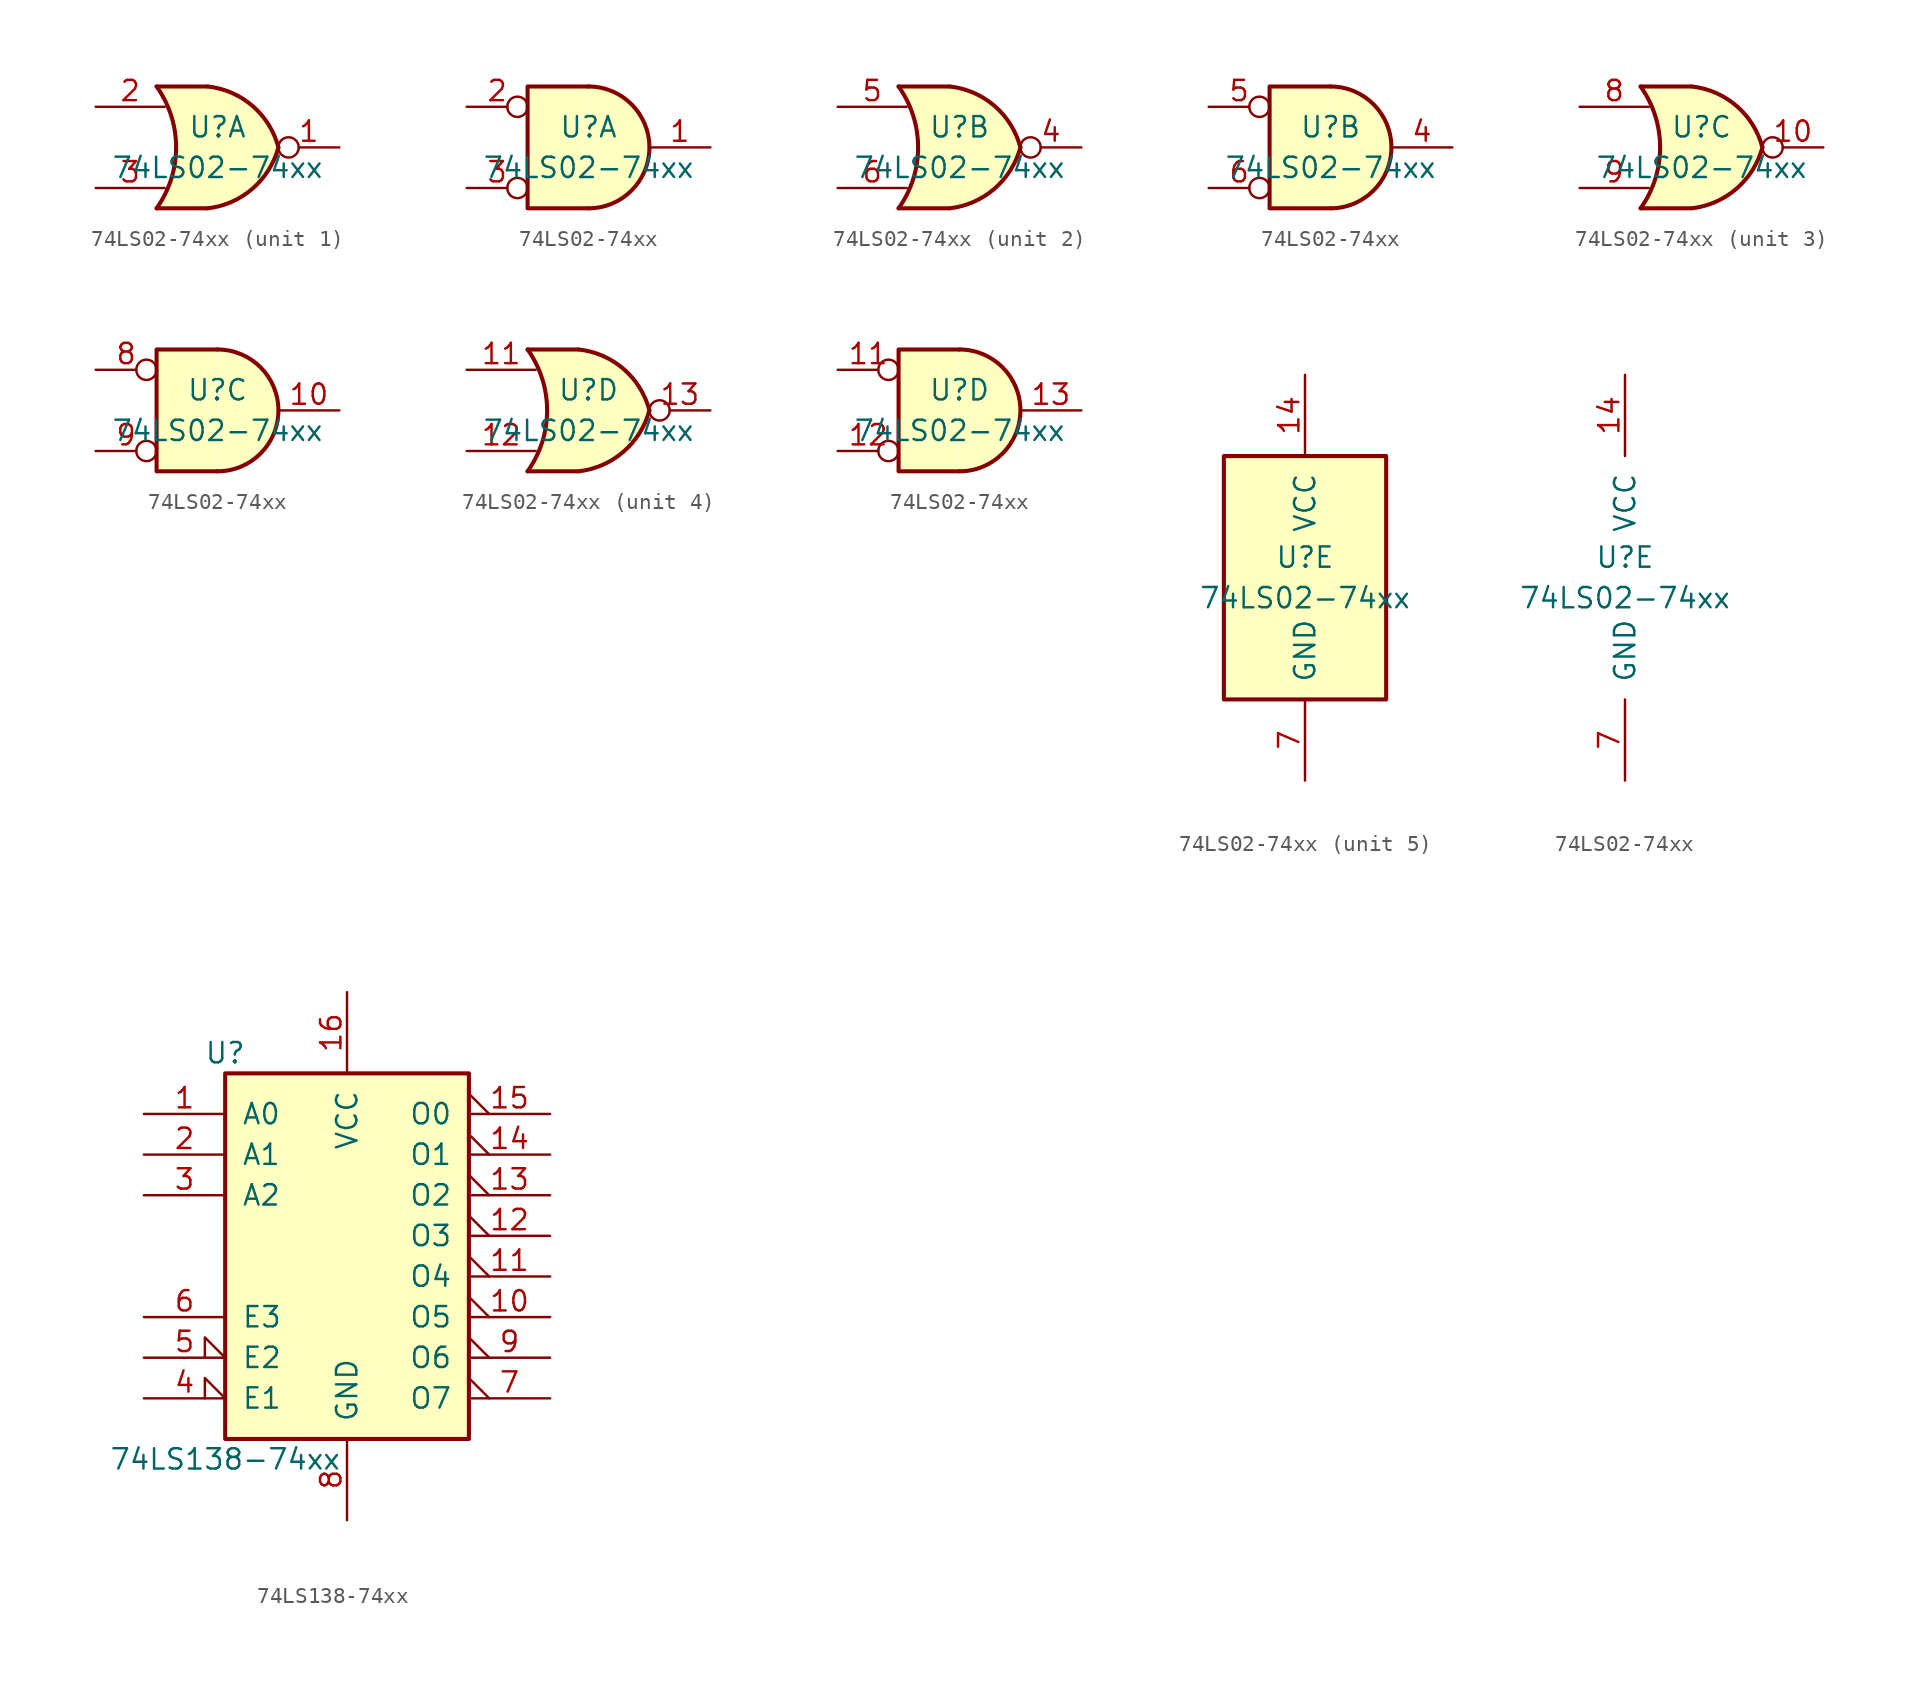
<source format=kicad_sym>
(kicad_symbol_lib
  (version 20211014)
  (generator kicad_symbol_editor)
  (symbol "74LS02-74xx"
    (pin_names
      (offset 1.016))
    (property "Reference" "U"
      (at 0 1.27 0)
      (effects (font (size 1.27 1.27))))
    (property "Value" "74LS02-74xx"
      (at 0 -1.27 0)
      (effects (font (size 1.27 1.27))))
    (property "ki_locked" ""
      (at 0 0 0)
      (effects (font (size 1.27 1.27))))
    (symbol "74LS02-74xx_1_1"
      (arc (start -3.81 -3.81) (mid -2.589 0) (end -3.81 3.81) (stroke (width 0.254) (type default) (color 0 0 0 0)) (fill (type none)))
      (arc (start -0.6096 -3.81) (mid 2.1842 -2.5851) (end 3.81 0) (stroke (width 0.254) (type default) (color 0 0 0 0)) (fill (type background)))
      (polyline (pts (xy -3.81 -3.81) (xy -0.635 -3.81)) (stroke (width 0.254) (type default) (color 0 0 0 0)) (fill (type background)))
      (polyline (pts (xy -3.81 3.81) (xy -0.635 3.81)) (stroke (width 0.254) (type default) (color 0 0 0 0)) (fill (type background)))
      (polyline (pts (xy -0.635 3.81) (xy -3.81 3.81) (xy -3.81 3.81) (xy -3.556 3.404) (xy -3.023 2.261) (xy -2.692 1.041) (xy -2.616 -0.254) (xy -2.769 -1.499) (xy -3.175 -2.718) (xy -3.81 -3.81) (xy -3.81 -3.81) (xy -0.635 -3.81)) (stroke (width -25.4) (type default) (color 0 0 0 0)) (fill (type background)))
      (arc (start 3.81 0) (mid 2.1915 2.5936) (end -0.6096 3.81) (stroke (width 0.254) (type default) (color 0 0 0 0)) (fill (type background)))
      (pin output inverted (at 7.62 0 180) (length 3.81) (name "~" (effects (font (size 1.27 1.27)))) (number "1" (effects (font (size 1.27 1.27)))))
      (pin input line (at -7.62 2.54 0) (length 4.318) (name "~" (effects (font (size 1.27 1.27)))) (number "2" (effects (font (size 1.27 1.27)))))
      (pin input line (at -7.62 -2.54 0) (length 4.318) (name "~" (effects (font (size 1.27 1.27)))) (number "3" (effects (font (size 1.27 1.27))))))
    (symbol "74LS02-74xx_1_2"
      (arc (start 0 -3.81) (mid 3.81 0) (end 0 3.81) (stroke (width 0.254) (type default) (color 0 0 0 0)) (fill (type background)))
      (polyline (pts (xy 0 3.81) (xy -3.81 3.81) (xy -3.81 -3.81) (xy 0 -3.81)) (stroke (width 0.254) (type default) (color 0 0 0 0)) (fill (type background)))
      (pin output line (at 7.62 0 180) (length 3.81) (name "~" (effects (font (size 1.27 1.27)))) (number "1" (effects (font (size 1.27 1.27)))))
      (pin input inverted (at -7.62 2.54 0) (length 3.81) (name "~" (effects (font (size 1.27 1.27)))) (number "2" (effects (font (size 1.27 1.27)))))
      (pin input inverted (at -7.62 -2.54 0) (length 3.81) (name "~" (effects (font (size 1.27 1.27)))) (number "3" (effects (font (size 1.27 1.27))))))
    (symbol "74LS02-74xx_2_1"
      (arc (start -3.81 -3.81) (mid -2.589 0) (end -3.81 3.81) (stroke (width 0.254) (type default) (color 0 0 0 0)) (fill (type none)))
      (arc (start -0.6096 -3.81) (mid 2.1842 -2.5851) (end 3.81 0) (stroke (width 0.254) (type default) (color 0 0 0 0)) (fill (type background)))
      (polyline (pts (xy -3.81 -3.81) (xy -0.635 -3.81)) (stroke (width 0.254) (type default) (color 0 0 0 0)) (fill (type background)))
      (polyline (pts (xy -3.81 3.81) (xy -0.635 3.81)) (stroke (width 0.254) (type default) (color 0 0 0 0)) (fill (type background)))
      (polyline (pts (xy -0.635 3.81) (xy -3.81 3.81) (xy -3.81 3.81) (xy -3.556 3.404) (xy -3.023 2.261) (xy -2.692 1.041) (xy -2.616 -0.254) (xy -2.769 -1.499) (xy -3.175 -2.718) (xy -3.81 -3.81) (xy -3.81 -3.81) (xy -0.635 -3.81)) (stroke (width -25.4) (type default) (color 0 0 0 0)) (fill (type background)))
      (arc (start 3.81 0) (mid 2.1915 2.5936) (end -0.6096 3.81) (stroke (width 0.254) (type default) (color 0 0 0 0)) (fill (type background)))
      (pin output inverted (at 7.62 0 180) (length 3.81) (name "~" (effects (font (size 1.27 1.27)))) (number "4" (effects (font (size 1.27 1.27)))))
      (pin input line (at -7.62 2.54 0) (length 4.318) (name "~" (effects (font (size 1.27 1.27)))) (number "5" (effects (font (size 1.27 1.27)))))
      (pin input line (at -7.62 -2.54 0) (length 4.318) (name "~" (effects (font (size 1.27 1.27)))) (number "6" (effects (font (size 1.27 1.27))))))
    (symbol "74LS02-74xx_2_2"
      (arc (start 0 -3.81) (mid 3.81 0) (end 0 3.81) (stroke (width 0.254) (type default) (color 0 0 0 0)) (fill (type background)))
      (polyline (pts (xy 0 3.81) (xy -3.81 3.81) (xy -3.81 -3.81) (xy 0 -3.81)) (stroke (width 0.254) (type default) (color 0 0 0 0)) (fill (type background)))
      (pin output line (at 7.62 0 180) (length 3.81) (name "~" (effects (font (size 1.27 1.27)))) (number "4" (effects (font (size 1.27 1.27)))))
      (pin input inverted (at -7.62 2.54 0) (length 3.81) (name "~" (effects (font (size 1.27 1.27)))) (number "5" (effects (font (size 1.27 1.27)))))
      (pin input inverted (at -7.62 -2.54 0) (length 3.81) (name "~" (effects (font (size 1.27 1.27)))) (number "6" (effects (font (size 1.27 1.27))))))
    (symbol "74LS02-74xx_3_1"
      (arc (start -3.81 -3.81) (mid -2.589 0) (end -3.81 3.81) (stroke (width 0.254) (type default) (color 0 0 0 0)) (fill (type none)))
      (arc (start -0.6096 -3.81) (mid 2.1842 -2.5851) (end 3.81 0) (stroke (width 0.254) (type default) (color 0 0 0 0)) (fill (type background)))
      (polyline (pts (xy -3.81 -3.81) (xy -0.635 -3.81)) (stroke (width 0.254) (type default) (color 0 0 0 0)) (fill (type background)))
      (polyline (pts (xy -3.81 3.81) (xy -0.635 3.81)) (stroke (width 0.254) (type default) (color 0 0 0 0)) (fill (type background)))
      (polyline (pts (xy -0.635 3.81) (xy -3.81 3.81) (xy -3.81 3.81) (xy -3.556 3.404) (xy -3.023 2.261) (xy -2.692 1.041) (xy -2.616 -0.254) (xy -2.769 -1.499) (xy -3.175 -2.718) (xy -3.81 -3.81) (xy -3.81 -3.81) (xy -0.635 -3.81)) (stroke (width -25.4) (type default) (color 0 0 0 0)) (fill (type background)))
      (arc (start 3.81 0) (mid 2.1915 2.5936) (end -0.6096 3.81) (stroke (width 0.254) (type default) (color 0 0 0 0)) (fill (type background)))
      (pin output inverted (at 7.62 0 180) (length 3.81) (name "~" (effects (font (size 1.27 1.27)))) (number "10" (effects (font (size 1.27 1.27)))))
      (pin input line (at -7.62 2.54 0) (length 4.318) (name "~" (effects (font (size 1.27 1.27)))) (number "8" (effects (font (size 1.27 1.27)))))
      (pin input line (at -7.62 -2.54 0) (length 4.318) (name "~" (effects (font (size 1.27 1.27)))) (number "9" (effects (font (size 1.27 1.27))))))
    (symbol "74LS02-74xx_3_2"
      (arc (start 0 -3.81) (mid 3.81 0) (end 0 3.81) (stroke (width 0.254) (type default) (color 0 0 0 0)) (fill (type background)))
      (polyline (pts (xy 0 3.81) (xy -3.81 3.81) (xy -3.81 -3.81) (xy 0 -3.81)) (stroke (width 0.254) (type default) (color 0 0 0 0)) (fill (type background)))
      (pin output line (at 7.62 0 180) (length 3.81) (name "~" (effects (font (size 1.27 1.27)))) (number "10" (effects (font (size 1.27 1.27)))))
      (pin input inverted (at -7.62 2.54 0) (length 3.81) (name "~" (effects (font (size 1.27 1.27)))) (number "8" (effects (font (size 1.27 1.27)))))
      (pin input inverted (at -7.62 -2.54 0) (length 3.81) (name "~" (effects (font (size 1.27 1.27)))) (number "9" (effects (font (size 1.27 1.27))))))
    (symbol "74LS02-74xx_4_1"
      (arc (start -3.81 -3.81) (mid -2.589 0) (end -3.81 3.81) (stroke (width 0.254) (type default) (color 0 0 0 0)) (fill (type none)))
      (arc (start -0.6096 -3.81) (mid 2.1842 -2.5851) (end 3.81 0) (stroke (width 0.254) (type default) (color 0 0 0 0)) (fill (type background)))
      (polyline (pts (xy -3.81 -3.81) (xy -0.635 -3.81)) (stroke (width 0.254) (type default) (color 0 0 0 0)) (fill (type background)))
      (polyline (pts (xy -3.81 3.81) (xy -0.635 3.81)) (stroke (width 0.254) (type default) (color 0 0 0 0)) (fill (type background)))
      (polyline (pts (xy -0.635 3.81) (xy -3.81 3.81) (xy -3.81 3.81) (xy -3.556 3.404) (xy -3.023 2.261) (xy -2.692 1.041) (xy -2.616 -0.254) (xy -2.769 -1.499) (xy -3.175 -2.718) (xy -3.81 -3.81) (xy -3.81 -3.81) (xy -0.635 -3.81)) (stroke (width -25.4) (type default) (color 0 0 0 0)) (fill (type background)))
      (arc (start 3.81 0) (mid 2.1915 2.5936) (end -0.6096 3.81) (stroke (width 0.254) (type default) (color 0 0 0 0)) (fill (type background)))
      (pin input line (at -7.62 2.54 0) (length 4.318) (name "~" (effects (font (size 1.27 1.27)))) (number "11" (effects (font (size 1.27 1.27)))))
      (pin input line (at -7.62 -2.54 0) (length 4.318) (name "~" (effects (font (size 1.27 1.27)))) (number "12" (effects (font (size 1.27 1.27)))))
      (pin output inverted (at 7.62 0 180) (length 3.81) (name "~" (effects (font (size 1.27 1.27)))) (number "13" (effects (font (size 1.27 1.27))))))
    (symbol "74LS02-74xx_4_2"
      (arc (start 0 -3.81) (mid 3.81 0) (end 0 3.81) (stroke (width 0.254) (type default) (color 0 0 0 0)) (fill (type background)))
      (polyline (pts (xy 0 3.81) (xy -3.81 3.81) (xy -3.81 -3.81) (xy 0 -3.81)) (stroke (width 0.254) (type default) (color 0 0 0 0)) (fill (type background)))
      (pin input inverted (at -7.62 2.54 0) (length 3.81) (name "~" (effects (font (size 1.27 1.27)))) (number "11" (effects (font (size 1.27 1.27)))))
      (pin input inverted (at -7.62 -2.54 0) (length 3.81) (name "~" (effects (font (size 1.27 1.27)))) (number "12" (effects (font (size 1.27 1.27)))))
      (pin output line (at 7.62 0 180) (length 3.81) (name "~" (effects (font (size 1.27 1.27)))) (number "13" (effects (font (size 1.27 1.27))))))
    (symbol "74LS02-74xx_5_0"
      (pin power_in line (at 0 12.7 270) (length 5.08) (name "VCC" (effects (font (size 1.27 1.27)))) (number "14" (effects (font (size 1.27 1.27)))))
      (pin power_in line (at 0 -12.7 90) (length 5.08) (name "GND" (effects (font (size 1.27 1.27)))) (number "7" (effects (font (size 1.27 1.27))))))
    (symbol "74LS02-74xx_5_1"
      (rectangle (start -5.08 7.62) (end 5.08 -7.62) (stroke (width 0.254) (type default) (color 0 0 0 0)) (fill (type background)))))
  (symbol "74LS138-74xx"
    (pin_names
      (offset 1.016))
    (property "Reference" "U"
      (at -7.62 11.43 0)
      (effects (font (size 1.27 1.27))))
    (property "Value" "74LS138-74xx"
      (at -7.62 -13.97 0)
      (effects (font (size 1.27 1.27))))
    (property "ki_locked" ""
      (at 0 0 0)
      (effects (font (size 1.27 1.27))))
    (symbol "74LS138-74xx_1_0"
      (pin input line (at -12.7 7.62 0) (length 5.08) (name "A0" (effects (font (size 1.27 1.27)))) (number "1" (effects (font (size 1.27 1.27)))))
      (pin output output_low (at 12.7 -5.08 180) (length 5.08) (name "O5" (effects (font (size 1.27 1.27)))) (number "10" (effects (font (size 1.27 1.27)))))
      (pin output output_low (at 12.7 -2.54 180) (length 5.08) (name "O4" (effects (font (size 1.27 1.27)))) (number "11" (effects (font (size 1.27 1.27)))))
      (pin output output_low (at 12.7 0 180) (length 5.08) (name "O3" (effects (font (size 1.27 1.27)))) (number "12" (effects (font (size 1.27 1.27)))))
      (pin output output_low (at 12.7 2.54 180) (length 5.08) (name "O2" (effects (font (size 1.27 1.27)))) (number "13" (effects (font (size 1.27 1.27)))))
      (pin output output_low (at 12.7 5.08 180) (length 5.08) (name "O1" (effects (font (size 1.27 1.27)))) (number "14" (effects (font (size 1.27 1.27)))))
      (pin output output_low (at 12.7 7.62 180) (length 5.08) (name "O0" (effects (font (size 1.27 1.27)))) (number "15" (effects (font (size 1.27 1.27)))))
      (pin power_in line (at 0 15.24 270) (length 5.08) (name "VCC" (effects (font (size 1.27 1.27)))) (number "16" (effects (font (size 1.27 1.27)))))
      (pin input line (at -12.7 5.08 0) (length 5.08) (name "A1" (effects (font (size 1.27 1.27)))) (number "2" (effects (font (size 1.27 1.27)))))
      (pin input line (at -12.7 2.54 0) (length 5.08) (name "A2" (effects (font (size 1.27 1.27)))) (number "3" (effects (font (size 1.27 1.27)))))
      (pin input input_low (at -12.7 -10.16 0) (length 5.08) (name "E1" (effects (font (size 1.27 1.27)))) (number "4" (effects (font (size 1.27 1.27)))))
      (pin input input_low (at -12.7 -7.62 0) (length 5.08) (name "E2" (effects (font (size 1.27 1.27)))) (number "5" (effects (font (size 1.27 1.27)))))
      (pin input line (at -12.7 -5.08 0) (length 5.08) (name "E3" (effects (font (size 1.27 1.27)))) (number "6" (effects (font (size 1.27 1.27)))))
      (pin output output_low (at 12.7 -10.16 180) (length 5.08) (name "O7" (effects (font (size 1.27 1.27)))) (number "7" (effects (font (size 1.27 1.27)))))
      (pin power_in line (at 0 -17.78 90) (length 5.08) (name "GND" (effects (font (size 1.27 1.27)))) (number "8" (effects (font (size 1.27 1.27)))))
      (pin output output_low (at 12.7 -7.62 180) (length 5.08) (name "O6" (effects (font (size 1.27 1.27)))) (number "9" (effects (font (size 1.27 1.27))))))
    (symbol "74LS138-74xx_1_1"
      (rectangle (start -7.62 10.16) (end 7.62 -12.7) (stroke (width 0.254) (type default) (color 0 0 0 0)) (fill (type background))))))
</source>
